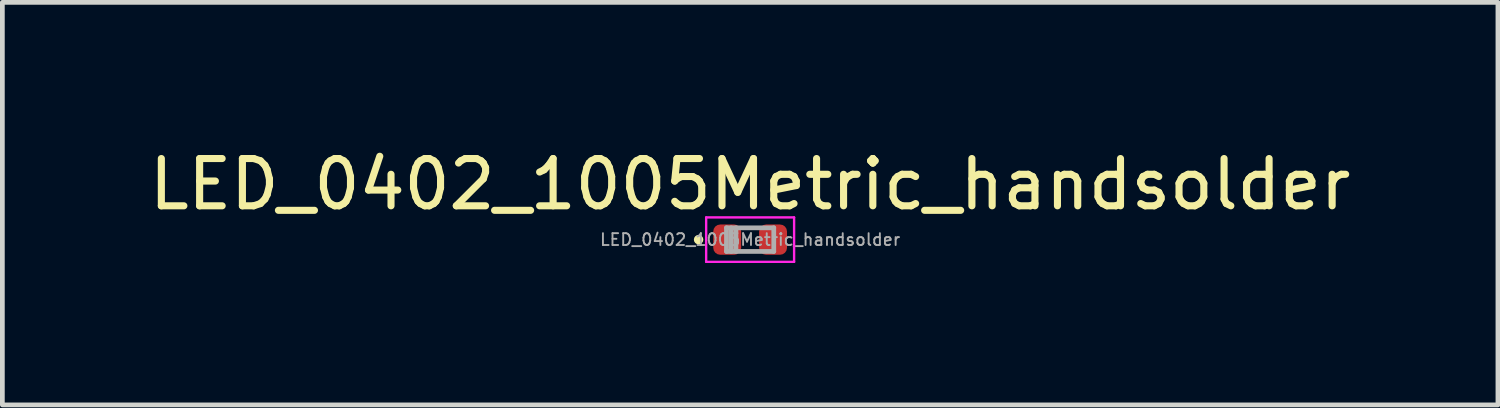
<source format=kicad_pcb>
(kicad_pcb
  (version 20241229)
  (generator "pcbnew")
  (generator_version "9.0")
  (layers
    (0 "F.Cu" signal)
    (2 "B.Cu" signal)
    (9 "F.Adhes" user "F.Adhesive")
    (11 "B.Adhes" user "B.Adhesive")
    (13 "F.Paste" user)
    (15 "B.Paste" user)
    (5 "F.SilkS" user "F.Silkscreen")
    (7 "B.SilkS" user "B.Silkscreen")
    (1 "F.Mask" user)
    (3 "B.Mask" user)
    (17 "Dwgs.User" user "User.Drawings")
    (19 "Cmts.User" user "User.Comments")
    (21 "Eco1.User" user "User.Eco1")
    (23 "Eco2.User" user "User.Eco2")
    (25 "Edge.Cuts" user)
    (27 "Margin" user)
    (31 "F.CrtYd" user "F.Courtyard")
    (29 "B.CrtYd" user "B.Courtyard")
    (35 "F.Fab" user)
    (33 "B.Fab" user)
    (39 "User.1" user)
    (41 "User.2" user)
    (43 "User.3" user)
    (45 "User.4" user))
  (footprint "LED_0402_1005Metric_handsolder"
    (layer "F.Cu")
    (at 12.815 2.018)
    (property "Reference" "LED_0402_1005Metric_handsolder" (at 0 -1.17 0) (layer "F.SilkS") (effects (font (size 1 1) (thickness 0.15))))
    (attr smd)
    (fp_circle (center -1.09 0) (end -1.04 0) (stroke (width 0.1) (type solid)) (fill no) (layer "F.SilkS"))
    (fp_line (start -0.93 -0.47) (end 0.93 -0.47) (stroke (width 0.05) (type solid)) (layer "F.CrtYd"))
    (fp_line (start -0.93 0.47) (end -0.93 -0.47) (stroke (width 0.05) (type solid)) (layer "F.CrtYd"))
    (fp_line (start 0.93 -0.47) (end 0.93 0.47) (stroke (width 0.05) (type solid)) (layer "F.CrtYd"))
    (fp_line (start 0.93 0.47) (end -0.93 0.47) (stroke (width 0.05) (type solid)) (layer "F.CrtYd"))
    (fp_line (start -0.5 -0.25) (end 0.5 -0.25) (stroke (width 0.1) (type solid)) (layer "F.Fab"))
    (fp_line (start -0.5 0.25) (end -0.5 -0.25) (stroke (width 0.1) (type solid)) (layer "F.Fab"))
    (fp_line (start -0.4 0.25) (end -0.4 -0.25) (stroke (width 0.1) (type solid)) (layer "F.Fab"))
    (fp_line (start -0.3 0.25) (end -0.3 -0.25) (stroke (width 0.1) (type solid)) (layer "F.Fab"))
    (fp_line (start 0.5 -0.25) (end 0.5 0.25) (stroke (width 0.1) (type solid)) (layer "F.Fab"))
    (fp_line (start 0.5 0.25) (end -0.5 0.25) (stroke (width 0.1) (type solid)) (layer "F.Fab"))
    (fp_text user "${REFERENCE}" (at 0 0 0) (layer "F.Fab") (effects (font (size 0.25 0.25) (thickness 0.04))))
    (pad "1" smd roundrect (at -0.485 0) (size 0.59 0.64) (layers "F.Cu" "F.Mask" "F.Paste") (roundrect_rratio 0.25))
    (pad "2" smd roundrect (at 0.485 0) (size 0.59 0.64) (layers "F.Cu" "F.Mask" "F.Paste") (roundrect_rratio 0.25)))
  (gr_rect
    (start -3 -3)
    (end 28.631 5.513)
    (stroke (width 0.1) (type default))
    (fill no)
    (layer "Edge.Cuts")))
</source>
